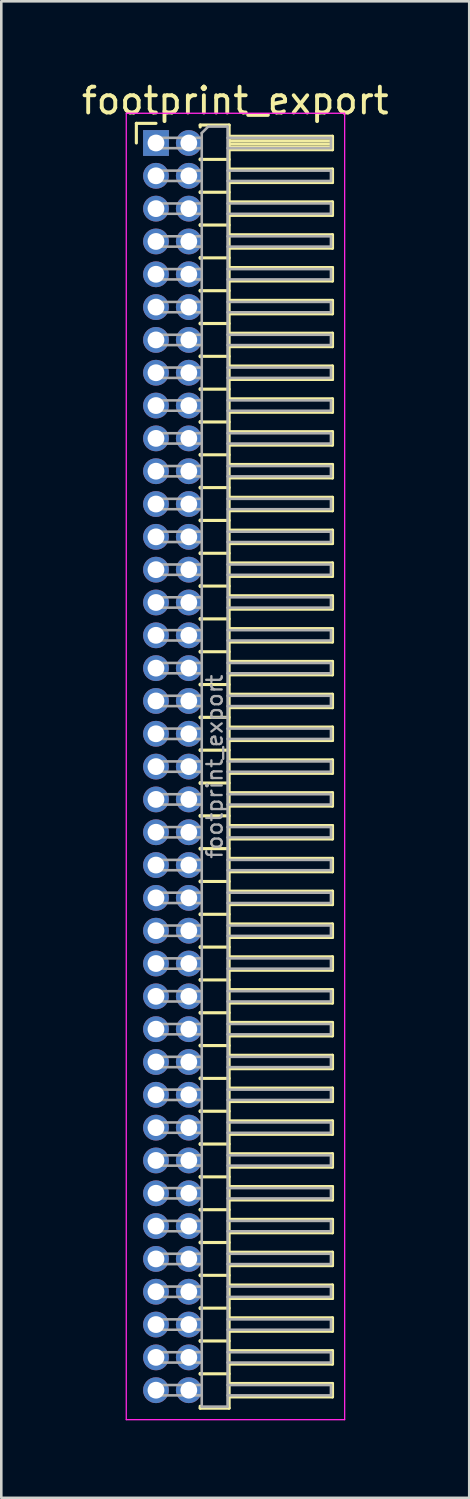
<source format=kicad_pcb>
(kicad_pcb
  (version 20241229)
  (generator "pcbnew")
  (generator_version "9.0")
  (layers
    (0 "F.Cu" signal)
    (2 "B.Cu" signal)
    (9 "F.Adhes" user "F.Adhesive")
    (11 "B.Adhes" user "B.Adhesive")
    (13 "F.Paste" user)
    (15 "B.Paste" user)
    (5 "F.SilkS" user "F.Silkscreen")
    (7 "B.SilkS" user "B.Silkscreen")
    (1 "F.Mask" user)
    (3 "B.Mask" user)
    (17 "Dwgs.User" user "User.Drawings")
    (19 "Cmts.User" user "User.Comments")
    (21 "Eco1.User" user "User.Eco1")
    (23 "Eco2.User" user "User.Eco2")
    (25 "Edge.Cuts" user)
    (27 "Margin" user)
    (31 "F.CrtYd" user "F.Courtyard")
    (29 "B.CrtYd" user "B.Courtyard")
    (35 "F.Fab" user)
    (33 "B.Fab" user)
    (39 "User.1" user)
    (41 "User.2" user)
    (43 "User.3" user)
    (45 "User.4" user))
  (footprint "footprint_export"
    (layer "F.Cu")
    (at 2.986 2.483)
    (property "Reference" "footprint_export" (at 3.067 -1.635 0) (layer "F.SilkS") (effects (font (size 1 1) (thickness 0.15))))
    (attr through_hole)
    (fp_line (start -0.76 -0.76) (end 0 -0.76) (stroke (width 0.12) (type solid)) (layer "F.SilkS"))
    (fp_line (start -0.76 0) (end -0.76 -0.76) (stroke (width 0.12) (type solid)) (layer "F.SilkS"))
    (fp_line (start 1.71 -0.695) (end 2.83 -0.695) (stroke (width 0.12) (type solid)) (layer "F.SilkS"))
    (fp_line (start 1.71 -0.62) (end 1.71 -0.695) (stroke (width 0.12) (type solid)) (layer "F.SilkS"))
    (fp_line (start 1.71 0.62) (end 1.71 0.65) (stroke (width 0.12) (type solid)) (layer "F.SilkS"))
    (fp_line (start 1.71 0.635) (end 2.83 0.635) (stroke (width 0.12) (type solid)) (layer "F.SilkS"))
    (fp_line (start 1.71 1.89) (end 1.71 1.92) (stroke (width 0.12) (type solid)) (layer "F.SilkS"))
    (fp_line (start 1.71 1.905) (end 2.83 1.905) (stroke (width 0.12) (type solid)) (layer "F.SilkS"))
    (fp_line (start 1.71 3.16) (end 1.71 3.19) (stroke (width 0.12) (type solid)) (layer "F.SilkS"))
    (fp_line (start 1.71 3.175) (end 2.83 3.175) (stroke (width 0.12) (type solid)) (layer "F.SilkS"))
    (fp_line (start 1.71 4.43) (end 1.71 4.46) (stroke (width 0.12) (type solid)) (layer "F.SilkS"))
    (fp_line (start 1.71 4.445) (end 2.83 4.445) (stroke (width 0.12) (type solid)) (layer "F.SilkS"))
    (fp_line (start 1.71 5.7) (end 1.71 5.73) (stroke (width 0.12) (type solid)) (layer "F.SilkS"))
    (fp_line (start 1.71 5.715) (end 2.83 5.715) (stroke (width 0.12) (type solid)) (layer "F.SilkS"))
    (fp_line (start 1.71 6.97) (end 1.71 7) (stroke (width 0.12) (type solid)) (layer "F.SilkS"))
    (fp_line (start 1.71 6.985) (end 2.83 6.985) (stroke (width 0.12) (type solid)) (layer "F.SilkS"))
    (fp_line (start 1.71 8.24) (end 1.71 8.27) (stroke (width 0.12) (type solid)) (layer "F.SilkS"))
    (fp_line (start 1.71 8.255) (end 2.83 8.255) (stroke (width 0.12) (type solid)) (layer "F.SilkS"))
    (fp_line (start 1.71 9.51) (end 1.71 9.54) (stroke (width 0.12) (type solid)) (layer "F.SilkS"))
    (fp_line (start 1.71 9.525) (end 2.83 9.525) (stroke (width 0.12) (type solid)) (layer "F.SilkS"))
    (fp_line (start 1.71 10.78) (end 1.71 10.81) (stroke (width 0.12) (type solid)) (layer "F.SilkS"))
    (fp_line (start 1.71 10.795) (end 2.83 10.795) (stroke (width 0.12) (type solid)) (layer "F.SilkS"))
    (fp_line (start 1.71 12.05) (end 1.71 12.08) (stroke (width 0.12) (type solid)) (layer "F.SilkS"))
    (fp_line (start 1.71 12.065) (end 2.83 12.065) (stroke (width 0.12) (type solid)) (layer "F.SilkS"))
    (fp_line (start 1.71 13.32) (end 1.71 13.35) (stroke (width 0.12) (type solid)) (layer "F.SilkS"))
    (fp_line (start 1.71 13.335) (end 2.83 13.335) (stroke (width 0.12) (type solid)) (layer "F.SilkS"))
    (fp_line (start 1.71 14.59) (end 1.71 14.62) (stroke (width 0.12) (type solid)) (layer "F.SilkS"))
    (fp_line (start 1.71 14.605) (end 2.83 14.605) (stroke (width 0.12) (type solid)) (layer "F.SilkS"))
    (fp_line (start 1.71 15.86) (end 1.71 15.89) (stroke (width 0.12) (type solid)) (layer "F.SilkS"))
    (fp_line (start 1.71 15.875) (end 2.83 15.875) (stroke (width 0.12) (type solid)) (layer "F.SilkS"))
    (fp_line (start 1.71 17.13) (end 1.71 17.16) (stroke (width 0.12) (type solid)) (layer "F.SilkS"))
    (fp_line (start 1.71 17.145) (end 2.83 17.145) (stroke (width 0.12) (type solid)) (layer "F.SilkS"))
    (fp_line (start 1.71 18.4) (end 1.71 18.43) (stroke (width 0.12) (type solid)) (layer "F.SilkS"))
    (fp_line (start 1.71 18.415) (end 2.83 18.415) (stroke (width 0.12) (type solid)) (layer "F.SilkS"))
    (fp_line (start 1.71 19.67) (end 1.71 19.7) (stroke (width 0.12) (type solid)) (layer "F.SilkS"))
    (fp_line (start 1.71 19.685) (end 2.83 19.685) (stroke (width 0.12) (type solid)) (layer "F.SilkS"))
    (fp_line (start 1.71 20.94) (end 1.71 20.97) (stroke (width 0.12) (type solid)) (layer "F.SilkS"))
    (fp_line (start 1.71 20.955) (end 2.83 20.955) (stroke (width 0.12) (type solid)) (layer "F.SilkS"))
    (fp_line (start 1.71 22.21) (end 1.71 22.24) (stroke (width 0.12) (type solid)) (layer "F.SilkS"))
    (fp_line (start 1.71 22.225) (end 2.83 22.225) (stroke (width 0.12) (type solid)) (layer "F.SilkS"))
    (fp_line (start 1.71 23.48) (end 1.71 23.51) (stroke (width 0.12) (type solid)) (layer "F.SilkS"))
    (fp_line (start 1.71 23.495) (end 2.83 23.495) (stroke (width 0.12) (type solid)) (layer "F.SilkS"))
    (fp_line (start 1.71 24.75) (end 1.71 24.78) (stroke (width 0.12) (type solid)) (layer "F.SilkS"))
    (fp_line (start 1.71 24.765) (end 2.83 24.765) (stroke (width 0.12) (type solid)) (layer "F.SilkS"))
    (fp_line (start 1.71 26.02) (end 1.71 26.05) (stroke (width 0.12) (type solid)) (layer "F.SilkS"))
    (fp_line (start 1.71 26.035) (end 2.83 26.035) (stroke (width 0.12) (type solid)) (layer "F.SilkS"))
    (fp_line (start 1.71 27.29) (end 1.71 27.32) (stroke (width 0.12) (type solid)) (layer "F.SilkS"))
    (fp_line (start 1.71 27.305) (end 2.83 27.305) (stroke (width 0.12) (type solid)) (layer "F.SilkS"))
    (fp_line (start 1.71 28.56) (end 1.71 28.59) (stroke (width 0.12) (type solid)) (layer "F.SilkS"))
    (fp_line (start 1.71 28.575) (end 2.83 28.575) (stroke (width 0.12) (type solid)) (layer "F.SilkS"))
    (fp_line (start 1.71 29.83) (end 1.71 29.86) (stroke (width 0.12) (type solid)) (layer "F.SilkS"))
    (fp_line (start 1.71 29.845) (end 2.83 29.845) (stroke (width 0.12) (type solid)) (layer "F.SilkS"))
    (fp_line (start 1.71 31.1) (end 1.71 31.13) (stroke (width 0.12) (type solid)) (layer "F.SilkS"))
    (fp_line (start 1.71 31.115) (end 2.83 31.115) (stroke (width 0.12) (type solid)) (layer "F.SilkS"))
    (fp_line (start 1.71 32.37) (end 1.71 32.4) (stroke (width 0.12) (type solid)) (layer "F.SilkS"))
    (fp_line (start 1.71 32.385) (end 2.83 32.385) (stroke (width 0.12) (type solid)) (layer "F.SilkS"))
    (fp_line (start 1.71 33.64) (end 1.71 33.67) (stroke (width 0.12) (type solid)) (layer "F.SilkS"))
    (fp_line (start 1.71 33.655) (end 2.83 33.655) (stroke (width 0.12) (type solid)) (layer "F.SilkS"))
    (fp_line (start 1.71 34.91) (end 1.71 34.94) (stroke (width 0.12) (type solid)) (layer "F.SilkS"))
    (fp_line (start 1.71 34.925) (end 2.83 34.925) (stroke (width 0.12) (type solid)) (layer "F.SilkS"))
    (fp_line (start 1.71 36.18) (end 1.71 36.21) (stroke (width 0.12) (type solid)) (layer "F.SilkS"))
    (fp_line (start 1.71 36.195) (end 2.83 36.195) (stroke (width 0.12) (type solid)) (layer "F.SilkS"))
    (fp_line (start 1.71 37.45) (end 1.71 37.48) (stroke (width 0.12) (type solid)) (layer "F.SilkS"))
    (fp_line (start 1.71 37.465) (end 2.83 37.465) (stroke (width 0.12) (type solid)) (layer "F.SilkS"))
    (fp_line (start 1.71 38.72) (end 1.71 38.75) (stroke (width 0.12) (type solid)) (layer "F.SilkS"))
    (fp_line (start 1.71 38.735) (end 2.83 38.735) (stroke (width 0.12) (type solid)) (layer "F.SilkS"))
    (fp_line (start 1.71 39.99) (end 1.71 40.02) (stroke (width 0.12) (type solid)) (layer "F.SilkS"))
    (fp_line (start 1.71 40.005) (end 2.83 40.005) (stroke (width 0.12) (type solid)) (layer "F.SilkS"))
    (fp_line (start 1.71 41.26) (end 1.71 41.29) (stroke (width 0.12) (type solid)) (layer "F.SilkS"))
    (fp_line (start 1.71 41.275) (end 2.83 41.275) (stroke (width 0.12) (type solid)) (layer "F.SilkS"))
    (fp_line (start 1.71 42.53) (end 1.71 42.56) (stroke (width 0.12) (type solid)) (layer "F.SilkS"))
    (fp_line (start 1.71 42.545) (end 2.83 42.545) (stroke (width 0.12) (type solid)) (layer "F.SilkS"))
    (fp_line (start 1.71 43.8) (end 1.71 43.83) (stroke (width 0.12) (type solid)) (layer "F.SilkS"))
    (fp_line (start 1.71 43.815) (end 2.83 43.815) (stroke (width 0.12) (type solid)) (layer "F.SilkS"))
    (fp_line (start 1.71 45.07) (end 1.71 45.1) (stroke (width 0.12) (type solid)) (layer "F.SilkS"))
    (fp_line (start 1.71 45.085) (end 2.83 45.085) (stroke (width 0.12) (type solid)) (layer "F.SilkS"))
    (fp_line (start 1.71 46.34) (end 1.71 46.37) (stroke (width 0.12) (type solid)) (layer "F.SilkS"))
    (fp_line (start 1.71 46.355) (end 2.83 46.355) (stroke (width 0.12) (type solid)) (layer "F.SilkS"))
    (fp_line (start 1.71 47.61) (end 1.71 47.64) (stroke (width 0.12) (type solid)) (layer "F.SilkS"))
    (fp_line (start 1.71 47.625) (end 2.83 47.625) (stroke (width 0.12) (type solid)) (layer "F.SilkS"))
    (fp_line (start 1.71 48.955) (end 1.71 48.88) (stroke (width 0.12) (type solid)) (layer "F.SilkS"))
    (fp_line (start 2.83 -0.695) (end 2.83 48.955) (stroke (width 0.12) (type solid)) (layer "F.SilkS"))
    (fp_line (start 2.83 -0.26) (end 6.83 -0.26) (stroke (width 0.12) (type solid)) (layer "F.SilkS"))
    (fp_line (start 2.83 -0.2) (end 6.83 -0.2) (stroke (width 0.12) (type solid)) (layer "F.SilkS"))
    (fp_line (start 2.83 -0.08) (end 6.83 -0.08) (stroke (width 0.12) (type solid)) (layer "F.SilkS"))
    (fp_line (start 2.83 0.04) (end 6.83 0.04) (stroke (width 0.12) (type solid)) (layer "F.SilkS"))
    (fp_line (start 2.83 0.16) (end 6.83 0.16) (stroke (width 0.12) (type solid)) (layer "F.SilkS"))
    (fp_line (start 2.83 1.01) (end 6.83 1.01) (stroke (width 0.12) (type solid)) (layer "F.SilkS"))
    (fp_line (start 2.83 2.28) (end 6.83 2.28) (stroke (width 0.12) (type solid)) (layer "F.SilkS"))
    (fp_line (start 2.83 3.55) (end 6.83 3.55) (stroke (width 0.12) (type solid)) (layer "F.SilkS"))
    (fp_line (start 2.83 4.82) (end 6.83 4.82) (stroke (width 0.12) (type solid)) (layer "F.SilkS"))
    (fp_line (start 2.83 6.09) (end 6.83 6.09) (stroke (width 0.12) (type solid)) (layer "F.SilkS"))
    (fp_line (start 2.83 7.36) (end 6.83 7.36) (stroke (width 0.12) (type solid)) (layer "F.SilkS"))
    (fp_line (start 2.83 8.63) (end 6.83 8.63) (stroke (width 0.12) (type solid)) (layer "F.SilkS"))
    (fp_line (start 2.83 9.9) (end 6.83 9.9) (stroke (width 0.12) (type solid)) (layer "F.SilkS"))
    (fp_line (start 2.83 11.17) (end 6.83 11.17) (stroke (width 0.12) (type solid)) (layer "F.SilkS"))
    (fp_line (start 2.83 12.44) (end 6.83 12.44) (stroke (width 0.12) (type solid)) (layer "F.SilkS"))
    (fp_line (start 2.83 13.71) (end 6.83 13.71) (stroke (width 0.12) (type solid)) (layer "F.SilkS"))
    (fp_line (start 2.83 14.98) (end 6.83 14.98) (stroke (width 0.12) (type solid)) (layer "F.SilkS"))
    (fp_line (start 2.83 16.25) (end 6.83 16.25) (stroke (width 0.12) (type solid)) (layer "F.SilkS"))
    (fp_line (start 2.83 17.52) (end 6.83 17.52) (stroke (width 0.12) (type solid)) (layer "F.SilkS"))
    (fp_line (start 2.83 18.79) (end 6.83 18.79) (stroke (width 0.12) (type solid)) (layer "F.SilkS"))
    (fp_line (start 2.83 20.06) (end 6.83 20.06) (stroke (width 0.12) (type solid)) (layer "F.SilkS"))
    (fp_line (start 2.83 21.33) (end 6.83 21.33) (stroke (width 0.12) (type solid)) (layer "F.SilkS"))
    (fp_line (start 2.83 22.6) (end 6.83 22.6) (stroke (width 0.12) (type solid)) (layer "F.SilkS"))
    (fp_line (start 2.83 23.87) (end 6.83 23.87) (stroke (width 0.12) (type solid)) (layer "F.SilkS"))
    (fp_line (start 2.83 25.14) (end 6.83 25.14) (stroke (width 0.12) (type solid)) (layer "F.SilkS"))
    (fp_line (start 2.83 26.41) (end 6.83 26.41) (stroke (width 0.12) (type solid)) (layer "F.SilkS"))
    (fp_line (start 2.83 27.68) (end 6.83 27.68) (stroke (width 0.12) (type solid)) (layer "F.SilkS"))
    (fp_line (start 2.83 28.95) (end 6.83 28.95) (stroke (width 0.12) (type solid)) (layer "F.SilkS"))
    (fp_line (start 2.83 30.22) (end 6.83 30.22) (stroke (width 0.12) (type solid)) (layer "F.SilkS"))
    (fp_line (start 2.83 31.49) (end 6.83 31.49) (stroke (width 0.12) (type solid)) (layer "F.SilkS"))
    (fp_line (start 2.83 32.76) (end 6.83 32.76) (stroke (width 0.12) (type solid)) (layer "F.SilkS"))
    (fp_line (start 2.83 34.03) (end 6.83 34.03) (stroke (width 0.12) (type solid)) (layer "F.SilkS"))
    (fp_line (start 2.83 35.3) (end 6.83 35.3) (stroke (width 0.12) (type solid)) (layer "F.SilkS"))
    (fp_line (start 2.83 36.57) (end 6.83 36.57) (stroke (width 0.12) (type solid)) (layer "F.SilkS"))
    (fp_line (start 2.83 37.84) (end 6.83 37.84) (stroke (width 0.12) (type solid)) (layer "F.SilkS"))
    (fp_line (start 2.83 39.11) (end 6.83 39.11) (stroke (width 0.12) (type solid)) (layer "F.SilkS"))
    (fp_line (start 2.83 40.38) (end 6.83 40.38) (stroke (width 0.12) (type solid)) (layer "F.SilkS"))
    (fp_line (start 2.83 41.65) (end 6.83 41.65) (stroke (width 0.12) (type solid)) (layer "F.SilkS"))
    (fp_line (start 2.83 42.92) (end 6.83 42.92) (stroke (width 0.12) (type solid)) (layer "F.SilkS"))
    (fp_line (start 2.83 44.19) (end 6.83 44.19) (stroke (width 0.12) (type solid)) (layer "F.SilkS"))
    (fp_line (start 2.83 45.46) (end 6.83 45.46) (stroke (width 0.12) (type solid)) (layer "F.SilkS"))
    (fp_line (start 2.83 46.73) (end 6.83 46.73) (stroke (width 0.12) (type solid)) (layer "F.SilkS"))
    (fp_line (start 2.83 48) (end 6.83 48) (stroke (width 0.12) (type solid)) (layer "F.SilkS"))
    (fp_line (start 2.83 48.955) (end 1.71 48.955) (stroke (width 0.12) (type solid)) (layer "F.SilkS"))
    (fp_line (start 6.83 -0.26) (end 6.83 0.26) (stroke (width 0.12) (type solid)) (layer "F.SilkS"))
    (fp_line (start 6.83 0.26) (end 2.83 0.26) (stroke (width 0.12) (type solid)) (layer "F.SilkS"))
    (fp_line (start 6.83 1.01) (end 6.83 1.53) (stroke (width 0.12) (type solid)) (layer "F.SilkS"))
    (fp_line (start 6.83 1.53) (end 2.83 1.53) (stroke (width 0.12) (type solid)) (layer "F.SilkS"))
    (fp_line (start 6.83 2.28) (end 6.83 2.8) (stroke (width 0.12) (type solid)) (layer "F.SilkS"))
    (fp_line (start 6.83 2.8) (end 2.83 2.8) (stroke (width 0.12) (type solid)) (layer "F.SilkS"))
    (fp_line (start 6.83 3.55) (end 6.83 4.07) (stroke (width 0.12) (type solid)) (layer "F.SilkS"))
    (fp_line (start 6.83 4.07) (end 2.83 4.07) (stroke (width 0.12) (type solid)) (layer "F.SilkS"))
    (fp_line (start 6.83 4.82) (end 6.83 5.34) (stroke (width 0.12) (type solid)) (layer "F.SilkS"))
    (fp_line (start 6.83 5.34) (end 2.83 5.34) (stroke (width 0.12) (type solid)) (layer "F.SilkS"))
    (fp_line (start 6.83 6.09) (end 6.83 6.61) (stroke (width 0.12) (type solid)) (layer "F.SilkS"))
    (fp_line (start 6.83 6.61) (end 2.83 6.61) (stroke (width 0.12) (type solid)) (layer "F.SilkS"))
    (fp_line (start 6.83 7.36) (end 6.83 7.88) (stroke (width 0.12) (type solid)) (layer "F.SilkS"))
    (fp_line (start 6.83 7.88) (end 2.83 7.88) (stroke (width 0.12) (type solid)) (layer "F.SilkS"))
    (fp_line (start 6.83 8.63) (end 6.83 9.15) (stroke (width 0.12) (type solid)) (layer "F.SilkS"))
    (fp_line (start 6.83 9.15) (end 2.83 9.15) (stroke (width 0.12) (type solid)) (layer "F.SilkS"))
    (fp_line (start 6.83 9.9) (end 6.83 10.42) (stroke (width 0.12) (type solid)) (layer "F.SilkS"))
    (fp_line (start 6.83 10.42) (end 2.83 10.42) (stroke (width 0.12) (type solid)) (layer "F.SilkS"))
    (fp_line (start 6.83 11.17) (end 6.83 11.69) (stroke (width 0.12) (type solid)) (layer "F.SilkS"))
    (fp_line (start 6.83 11.69) (end 2.83 11.69) (stroke (width 0.12) (type solid)) (layer "F.SilkS"))
    (fp_line (start 6.83 12.44) (end 6.83 12.96) (stroke (width 0.12) (type solid)) (layer "F.SilkS"))
    (fp_line (start 6.83 12.96) (end 2.83 12.96) (stroke (width 0.12) (type solid)) (layer "F.SilkS"))
    (fp_line (start 6.83 13.71) (end 6.83 14.23) (stroke (width 0.12) (type solid)) (layer "F.SilkS"))
    (fp_line (start 6.83 14.23) (end 2.83 14.23) (stroke (width 0.12) (type solid)) (layer "F.SilkS"))
    (fp_line (start 6.83 14.98) (end 6.83 15.5) (stroke (width 0.12) (type solid)) (layer "F.SilkS"))
    (fp_line (start 6.83 15.5) (end 2.83 15.5) (stroke (width 0.12) (type solid)) (layer "F.SilkS"))
    (fp_line (start 6.83 16.25) (end 6.83 16.77) (stroke (width 0.12) (type solid)) (layer "F.SilkS"))
    (fp_line (start 6.83 16.77) (end 2.83 16.77) (stroke (width 0.12) (type solid)) (layer "F.SilkS"))
    (fp_line (start 6.83 17.52) (end 6.83 18.04) (stroke (width 0.12) (type solid)) (layer "F.SilkS"))
    (fp_line (start 6.83 18.04) (end 2.83 18.04) (stroke (width 0.12) (type solid)) (layer "F.SilkS"))
    (fp_line (start 6.83 18.79) (end 6.83 19.31) (stroke (width 0.12) (type solid)) (layer "F.SilkS"))
    (fp_line (start 6.83 19.31) (end 2.83 19.31) (stroke (width 0.12) (type solid)) (layer "F.SilkS"))
    (fp_line (start 6.83 20.06) (end 6.83 20.58) (stroke (width 0.12) (type solid)) (layer "F.SilkS"))
    (fp_line (start 6.83 20.58) (end 2.83 20.58) (stroke (width 0.12) (type solid)) (layer "F.SilkS"))
    (fp_line (start 6.83 21.33) (end 6.83 21.85) (stroke (width 0.12) (type solid)) (layer "F.SilkS"))
    (fp_line (start 6.83 21.85) (end 2.83 21.85) (stroke (width 0.12) (type solid)) (layer "F.SilkS"))
    (fp_line (start 6.83 22.6) (end 6.83 23.12) (stroke (width 0.12) (type solid)) (layer "F.SilkS"))
    (fp_line (start 6.83 23.12) (end 2.83 23.12) (stroke (width 0.12) (type solid)) (layer "F.SilkS"))
    (fp_line (start 6.83 23.87) (end 6.83 24.39) (stroke (width 0.12) (type solid)) (layer "F.SilkS"))
    (fp_line (start 6.83 24.39) (end 2.83 24.39) (stroke (width 0.12) (type solid)) (layer "F.SilkS"))
    (fp_line (start 6.83 25.14) (end 6.83 25.66) (stroke (width 0.12) (type solid)) (layer "F.SilkS"))
    (fp_line (start 6.83 25.66) (end 2.83 25.66) (stroke (width 0.12) (type solid)) (layer "F.SilkS"))
    (fp_line (start 6.83 26.41) (end 6.83 26.93) (stroke (width 0.12) (type solid)) (layer "F.SilkS"))
    (fp_line (start 6.83 26.93) (end 2.83 26.93) (stroke (width 0.12) (type solid)) (layer "F.SilkS"))
    (fp_line (start 6.83 27.68) (end 6.83 28.2) (stroke (width 0.12) (type solid)) (layer "F.SilkS"))
    (fp_line (start 6.83 28.2) (end 2.83 28.2) (stroke (width 0.12) (type solid)) (layer "F.SilkS"))
    (fp_line (start 6.83 28.95) (end 6.83 29.47) (stroke (width 0.12) (type solid)) (layer "F.SilkS"))
    (fp_line (start 6.83 29.47) (end 2.83 29.47) (stroke (width 0.12) (type solid)) (layer "F.SilkS"))
    (fp_line (start 6.83 30.22) (end 6.83 30.74) (stroke (width 0.12) (type solid)) (layer "F.SilkS"))
    (fp_line (start 6.83 30.74) (end 2.83 30.74) (stroke (width 0.12) (type solid)) (layer "F.SilkS"))
    (fp_line (start 6.83 31.49) (end 6.83 32.01) (stroke (width 0.12) (type solid)) (layer "F.SilkS"))
    (fp_line (start 6.83 32.01) (end 2.83 32.01) (stroke (width 0.12) (type solid)) (layer "F.SilkS"))
    (fp_line (start 6.83 32.76) (end 6.83 33.28) (stroke (width 0.12) (type solid)) (layer "F.SilkS"))
    (fp_line (start 6.83 33.28) (end 2.83 33.28) (stroke (width 0.12) (type solid)) (layer "F.SilkS"))
    (fp_line (start 6.83 34.03) (end 6.83 34.55) (stroke (width 0.12) (type solid)) (layer "F.SilkS"))
    (fp_line (start 6.83 34.55) (end 2.83 34.55) (stroke (width 0.12) (type solid)) (layer "F.SilkS"))
    (fp_line (start 6.83 35.3) (end 6.83 35.82) (stroke (width 0.12) (type solid)) (layer "F.SilkS"))
    (fp_line (start 6.83 35.82) (end 2.83 35.82) (stroke (width 0.12) (type solid)) (layer "F.SilkS"))
    (fp_line (start 6.83 36.57) (end 6.83 37.09) (stroke (width 0.12) (type solid)) (layer "F.SilkS"))
    (fp_line (start 6.83 37.09) (end 2.83 37.09) (stroke (width 0.12) (type solid)) (layer "F.SilkS"))
    (fp_line (start 6.83 37.84) (end 6.83 38.36) (stroke (width 0.12) (type solid)) (layer "F.SilkS"))
    (fp_line (start 6.83 38.36) (end 2.83 38.36) (stroke (width 0.12) (type solid)) (layer "F.SilkS"))
    (fp_line (start 6.83 39.11) (end 6.83 39.63) (stroke (width 0.12) (type solid)) (layer "F.SilkS"))
    (fp_line (start 6.83 39.63) (end 2.83 39.63) (stroke (width 0.12) (type solid)) (layer "F.SilkS"))
    (fp_line (start 6.83 40.38) (end 6.83 40.9) (stroke (width 0.12) (type solid)) (layer "F.SilkS"))
    (fp_line (start 6.83 40.9) (end 2.83 40.9) (stroke (width 0.12) (type solid)) (layer "F.SilkS"))
    (fp_line (start 6.83 41.65) (end 6.83 42.17) (stroke (width 0.12) (type solid)) (layer "F.SilkS"))
    (fp_line (start 6.83 42.17) (end 2.83 42.17) (stroke (width 0.12) (type solid)) (layer "F.SilkS"))
    (fp_line (start 6.83 42.92) (end 6.83 43.44) (stroke (width 0.12) (type solid)) (layer "F.SilkS"))
    (fp_line (start 6.83 43.44) (end 2.83 43.44) (stroke (width 0.12) (type solid)) (layer "F.SilkS"))
    (fp_line (start 6.83 44.19) (end 6.83 44.71) (stroke (width 0.12) (type solid)) (layer "F.SilkS"))
    (fp_line (start 6.83 44.71) (end 2.83 44.71) (stroke (width 0.12) (type solid)) (layer "F.SilkS"))
    (fp_line (start 6.83 45.46) (end 6.83 45.98) (stroke (width 0.12) (type solid)) (layer "F.SilkS"))
    (fp_line (start 6.83 45.98) (end 2.83 45.98) (stroke (width 0.12) (type solid)) (layer "F.SilkS"))
    (fp_line (start 6.83 46.73) (end 6.83 47.25) (stroke (width 0.12) (type solid)) (layer "F.SilkS"))
    (fp_line (start 6.83 47.25) (end 2.83 47.25) (stroke (width 0.12) (type solid)) (layer "F.SilkS"))
    (fp_line (start 6.83 48) (end 6.83 48.52) (stroke (width 0.12) (type solid)) (layer "F.SilkS"))
    (fp_line (start 6.83 48.52) (end 2.83 48.52) (stroke (width 0.12) (type solid)) (layer "F.SilkS"))
    (fp_line (start -1.15 -1.15) (end -1.15 49.4) (stroke (width 0.05) (type solid)) (layer "F.CrtYd"))
    (fp_line (start -1.15 49.4) (end 7.3 49.4) (stroke (width 0.05) (type solid)) (layer "F.CrtYd"))
    (fp_line (start 7.3 -1.15) (end -1.15 -1.15) (stroke (width 0.05) (type solid)) (layer "F.CrtYd"))
    (fp_line (start 7.3 49.4) (end 7.3 -1.15) (stroke (width 0.05) (type solid)) (layer "F.CrtYd"))
    (fp_line (start -0.2 -0.2) (end -0.2 0.2) (stroke (width 0.1) (type solid)) (layer "F.Fab"))
    (fp_line (start -0.2 -0.2) (end 1.77 -0.2) (stroke (width 0.1) (type solid)) (layer "F.Fab"))
    (fp_line (start -0.2 0.2) (end 1.77 0.2) (stroke (width 0.1) (type solid)) (layer "F.Fab"))
    (fp_line (start -0.2 1.07) (end -0.2 1.47) (stroke (width 0.1) (type solid)) (layer "F.Fab"))
    (fp_line (start -0.2 1.07) (end 1.77 1.07) (stroke (width 0.1) (type solid)) (layer "F.Fab"))
    (fp_line (start -0.2 1.47) (end 1.77 1.47) (stroke (width 0.1) (type solid)) (layer "F.Fab"))
    (fp_line (start -0.2 2.34) (end -0.2 2.74) (stroke (width 0.1) (type solid)) (layer "F.Fab"))
    (fp_line (start -0.2 2.34) (end 1.77 2.34) (stroke (width 0.1) (type solid)) (layer "F.Fab"))
    (fp_line (start -0.2 2.74) (end 1.77 2.74) (stroke (width 0.1) (type solid)) (layer "F.Fab"))
    (fp_line (start -0.2 3.61) (end -0.2 4.01) (stroke (width 0.1) (type solid)) (layer "F.Fab"))
    (fp_line (start -0.2 3.61) (end 1.77 3.61) (stroke (width 0.1) (type solid)) (layer "F.Fab"))
    (fp_line (start -0.2 4.01) (end 1.77 4.01) (stroke (width 0.1) (type solid)) (layer "F.Fab"))
    (fp_line (start -0.2 4.88) (end -0.2 5.28) (stroke (width 0.1) (type solid)) (layer "F.Fab"))
    (fp_line (start -0.2 4.88) (end 1.77 4.88) (stroke (width 0.1) (type solid)) (layer "F.Fab"))
    (fp_line (start -0.2 5.28) (end 1.77 5.28) (stroke (width 0.1) (type solid)) (layer "F.Fab"))
    (fp_line (start -0.2 6.15) (end -0.2 6.55) (stroke (width 0.1) (type solid)) (layer "F.Fab"))
    (fp_line (start -0.2 6.15) (end 1.77 6.15) (stroke (width 0.1) (type solid)) (layer "F.Fab"))
    (fp_line (start -0.2 6.55) (end 1.77 6.55) (stroke (width 0.1) (type solid)) (layer "F.Fab"))
    (fp_line (start -0.2 7.42) (end -0.2 7.82) (stroke (width 0.1) (type solid)) (layer "F.Fab"))
    (fp_line (start -0.2 7.42) (end 1.77 7.42) (stroke (width 0.1) (type solid)) (layer "F.Fab"))
    (fp_line (start -0.2 7.82) (end 1.77 7.82) (stroke (width 0.1) (type solid)) (layer "F.Fab"))
    (fp_line (start -0.2 8.69) (end -0.2 9.09) (stroke (width 0.1) (type solid)) (layer "F.Fab"))
    (fp_line (start -0.2 8.69) (end 1.77 8.69) (stroke (width 0.1) (type solid)) (layer "F.Fab"))
    (fp_line (start -0.2 9.09) (end 1.77 9.09) (stroke (width 0.1) (type solid)) (layer "F.Fab"))
    (fp_line (start -0.2 9.96) (end -0.2 10.36) (stroke (width 0.1) (type solid)) (layer "F.Fab"))
    (fp_line (start -0.2 9.96) (end 1.77 9.96) (stroke (width 0.1) (type solid)) (layer "F.Fab"))
    (fp_line (start -0.2 10.36) (end 1.77 10.36) (stroke (width 0.1) (type solid)) (layer "F.Fab"))
    (fp_line (start -0.2 11.23) (end -0.2 11.63) (stroke (width 0.1) (type solid)) (layer "F.Fab"))
    (fp_line (start -0.2 11.23) (end 1.77 11.23) (stroke (width 0.1) (type solid)) (layer "F.Fab"))
    (fp_line (start -0.2 11.63) (end 1.77 11.63) (stroke (width 0.1) (type solid)) (layer "F.Fab"))
    (fp_line (start -0.2 12.5) (end -0.2 12.9) (stroke (width 0.1) (type solid)) (layer "F.Fab"))
    (fp_line (start -0.2 12.5) (end 1.77 12.5) (stroke (width 0.1) (type solid)) (layer "F.Fab"))
    (fp_line (start -0.2 12.9) (end 1.77 12.9) (stroke (width 0.1) (type solid)) (layer "F.Fab"))
    (fp_line (start -0.2 13.77) (end -0.2 14.17) (stroke (width 0.1) (type solid)) (layer "F.Fab"))
    (fp_line (start -0.2 13.77) (end 1.77 13.77) (stroke (width 0.1) (type solid)) (layer "F.Fab"))
    (fp_line (start -0.2 14.17) (end 1.77 14.17) (stroke (width 0.1) (type solid)) (layer "F.Fab"))
    (fp_line (start -0.2 15.04) (end -0.2 15.44) (stroke (width 0.1) (type solid)) (layer "F.Fab"))
    (fp_line (start -0.2 15.04) (end 1.77 15.04) (stroke (width 0.1) (type solid)) (layer "F.Fab"))
    (fp_line (start -0.2 15.44) (end 1.77 15.44) (stroke (width 0.1) (type solid)) (layer "F.Fab"))
    (fp_line (start -0.2 16.31) (end -0.2 16.71) (stroke (width 0.1) (type solid)) (layer "F.Fab"))
    (fp_line (start -0.2 16.31) (end 1.77 16.31) (stroke (width 0.1) (type solid)) (layer "F.Fab"))
    (fp_line (start -0.2 16.71) (end 1.77 16.71) (stroke (width 0.1) (type solid)) (layer "F.Fab"))
    (fp_line (start -0.2 17.58) (end -0.2 17.98) (stroke (width 0.1) (type solid)) (layer "F.Fab"))
    (fp_line (start -0.2 17.58) (end 1.77 17.58) (stroke (width 0.1) (type solid)) (layer "F.Fab"))
    (fp_line (start -0.2 17.98) (end 1.77 17.98) (stroke (width 0.1) (type solid)) (layer "F.Fab"))
    (fp_line (start -0.2 18.85) (end -0.2 19.25) (stroke (width 0.1) (type solid)) (layer "F.Fab"))
    (fp_line (start -0.2 18.85) (end 1.77 18.85) (stroke (width 0.1) (type solid)) (layer "F.Fab"))
    (fp_line (start -0.2 19.25) (end 1.77 19.25) (stroke (width 0.1) (type solid)) (layer "F.Fab"))
    (fp_line (start -0.2 20.12) (end -0.2 20.52) (stroke (width 0.1) (type solid)) (layer "F.Fab"))
    (fp_line (start -0.2 20.12) (end 1.77 20.12) (stroke (width 0.1) (type solid)) (layer "F.Fab"))
    (fp_line (start -0.2 20.52) (end 1.77 20.52) (stroke (width 0.1) (type solid)) (layer "F.Fab"))
    (fp_line (start -0.2 21.39) (end -0.2 21.79) (stroke (width 0.1) (type solid)) (layer "F.Fab"))
    (fp_line (start -0.2 21.39) (end 1.77 21.39) (stroke (width 0.1) (type solid)) (layer "F.Fab"))
    (fp_line (start -0.2 21.79) (end 1.77 21.79) (stroke (width 0.1) (type solid)) (layer "F.Fab"))
    (fp_line (start -0.2 22.66) (end -0.2 23.06) (stroke (width 0.1) (type solid)) (layer "F.Fab"))
    (fp_line (start -0.2 22.66) (end 1.77 22.66) (stroke (width 0.1) (type solid)) (layer "F.Fab"))
    (fp_line (start -0.2 23.06) (end 1.77 23.06) (stroke (width 0.1) (type solid)) (layer "F.Fab"))
    (fp_line (start -0.2 23.93) (end -0.2 24.33) (stroke (width 0.1) (type solid)) (layer "F.Fab"))
    (fp_line (start -0.2 23.93) (end 1.77 23.93) (stroke (width 0.1) (type solid)) (layer "F.Fab"))
    (fp_line (start -0.2 24.33) (end 1.77 24.33) (stroke (width 0.1) (type solid)) (layer "F.Fab"))
    (fp_line (start -0.2 25.2) (end -0.2 25.6) (stroke (width 0.1) (type solid)) (layer "F.Fab"))
    (fp_line (start -0.2 25.2) (end 1.77 25.2) (stroke (width 0.1) (type solid)) (layer "F.Fab"))
    (fp_line (start -0.2 25.6) (end 1.77 25.6) (stroke (width 0.1) (type solid)) (layer "F.Fab"))
    (fp_line (start -0.2 26.47) (end -0.2 26.87) (stroke (width 0.1) (type solid)) (layer "F.Fab"))
    (fp_line (start -0.2 26.47) (end 1.77 26.47) (stroke (width 0.1) (type solid)) (layer "F.Fab"))
    (fp_line (start -0.2 26.87) (end 1.77 26.87) (stroke (width 0.1) (type solid)) (layer "F.Fab"))
    (fp_line (start -0.2 27.74) (end -0.2 28.14) (stroke (width 0.1) (type solid)) (layer "F.Fab"))
    (fp_line (start -0.2 27.74) (end 1.77 27.74) (stroke (width 0.1) (type solid)) (layer "F.Fab"))
    (fp_line (start -0.2 28.14) (end 1.77 28.14) (stroke (width 0.1) (type solid)) (layer "F.Fab"))
    (fp_line (start -0.2 29.01) (end -0.2 29.41) (stroke (width 0.1) (type solid)) (layer "F.Fab"))
    (fp_line (start -0.2 29.01) (end 1.77 29.01) (stroke (width 0.1) (type solid)) (layer "F.Fab"))
    (fp_line (start -0.2 29.41) (end 1.77 29.41) (stroke (width 0.1) (type solid)) (layer "F.Fab"))
    (fp_line (start -0.2 30.28) (end -0.2 30.68) (stroke (width 0.1) (type solid)) (layer "F.Fab"))
    (fp_line (start -0.2 30.28) (end 1.77 30.28) (stroke (width 0.1) (type solid)) (layer "F.Fab"))
    (fp_line (start -0.2 30.68) (end 1.77 30.68) (stroke (width 0.1) (type solid)) (layer "F.Fab"))
    (fp_line (start -0.2 31.55) (end -0.2 31.95) (stroke (width 0.1) (type solid)) (layer "F.Fab"))
    (fp_line (start -0.2 31.55) (end 1.77 31.55) (stroke (width 0.1) (type solid)) (layer "F.Fab"))
    (fp_line (start -0.2 31.95) (end 1.77 31.95) (stroke (width 0.1) (type solid)) (layer "F.Fab"))
    (fp_line (start -0.2 32.82) (end -0.2 33.22) (stroke (width 0.1) (type solid)) (layer "F.Fab"))
    (fp_line (start -0.2 32.82) (end 1.77 32.82) (stroke (width 0.1) (type solid)) (layer "F.Fab"))
    (fp_line (start -0.2 33.22) (end 1.77 33.22) (stroke (width 0.1) (type solid)) (layer "F.Fab"))
    (fp_line (start -0.2 34.09) (end -0.2 34.49) (stroke (width 0.1) (type solid)) (layer "F.Fab"))
    (fp_line (start -0.2 34.09) (end 1.77 34.09) (stroke (width 0.1) (type solid)) (layer "F.Fab"))
    (fp_line (start -0.2 34.49) (end 1.77 34.49) (stroke (width 0.1) (type solid)) (layer "F.Fab"))
    (fp_line (start -0.2 35.36) (end -0.2 35.76) (stroke (width 0.1) (type solid)) (layer "F.Fab"))
    (fp_line (start -0.2 35.36) (end 1.77 35.36) (stroke (width 0.1) (type solid)) (layer "F.Fab"))
    (fp_line (start -0.2 35.76) (end 1.77 35.76) (stroke (width 0.1) (type solid)) (layer "F.Fab"))
    (fp_line (start -0.2 36.63) (end -0.2 37.03) (stroke (width 0.1) (type solid)) (layer "F.Fab"))
    (fp_line (start -0.2 36.63) (end 1.77 36.63) (stroke (width 0.1) (type solid)) (layer "F.Fab"))
    (fp_line (start -0.2 37.03) (end 1.77 37.03) (stroke (width 0.1) (type solid)) (layer "F.Fab"))
    (fp_line (start -0.2 37.9) (end -0.2 38.3) (stroke (width 0.1) (type solid)) (layer "F.Fab"))
    (fp_line (start -0.2 37.9) (end 1.77 37.9) (stroke (width 0.1) (type solid)) (layer "F.Fab"))
    (fp_line (start -0.2 38.3) (end 1.77 38.3) (stroke (width 0.1) (type solid)) (layer "F.Fab"))
    (fp_line (start -0.2 39.17) (end -0.2 39.57) (stroke (width 0.1) (type solid)) (layer "F.Fab"))
    (fp_line (start -0.2 39.17) (end 1.77 39.17) (stroke (width 0.1) (type solid)) (layer "F.Fab"))
    (fp_line (start -0.2 39.57) (end 1.77 39.57) (stroke (width 0.1) (type solid)) (layer "F.Fab"))
    (fp_line (start -0.2 40.44) (end -0.2 40.84) (stroke (width 0.1) (type solid)) (layer "F.Fab"))
    (fp_line (start -0.2 40.44) (end 1.77 40.44) (stroke (width 0.1) (type solid)) (layer "F.Fab"))
    (fp_line (start -0.2 40.84) (end 1.77 40.84) (stroke (width 0.1) (type solid)) (layer "F.Fab"))
    (fp_line (start -0.2 41.71) (end -0.2 42.11) (stroke (width 0.1) (type solid)) (layer "F.Fab"))
    (fp_line (start -0.2 41.71) (end 1.77 41.71) (stroke (width 0.1) (type solid)) (layer "F.Fab"))
    (fp_line (start -0.2 42.11) (end 1.77 42.11) (stroke (width 0.1) (type solid)) (layer "F.Fab"))
    (fp_line (start -0.2 42.98) (end -0.2 43.38) (stroke (width 0.1) (type solid)) (layer "F.Fab"))
    (fp_line (start -0.2 42.98) (end 1.77 42.98) (stroke (width 0.1) (type solid)) (layer "F.Fab"))
    (fp_line (start -0.2 43.38) (end 1.77 43.38) (stroke (width 0.1) (type solid)) (layer "F.Fab"))
    (fp_line (start -0.2 44.25) (end -0.2 44.65) (stroke (width 0.1) (type solid)) (layer "F.Fab"))
    (fp_line (start -0.2 44.25) (end 1.77 44.25) (stroke (width 0.1) (type solid)) (layer "F.Fab"))
    (fp_line (start -0.2 44.65) (end 1.77 44.65) (stroke (width 0.1) (type solid)) (layer "F.Fab"))
    (fp_line (start -0.2 45.52) (end -0.2 45.92) (stroke (width 0.1) (type solid)) (layer "F.Fab"))
    (fp_line (start -0.2 45.52) (end 1.77 45.52) (stroke (width 0.1) (type solid)) (layer "F.Fab"))
    (fp_line (start -0.2 45.92) (end 1.77 45.92) (stroke (width 0.1) (type solid)) (layer "F.Fab"))
    (fp_line (start -0.2 46.79) (end -0.2 47.19) (stroke (width 0.1) (type solid)) (layer "F.Fab"))
    (fp_line (start -0.2 46.79) (end 1.77 46.79) (stroke (width 0.1) (type solid)) (layer "F.Fab"))
    (fp_line (start -0.2 47.19) (end 1.77 47.19) (stroke (width 0.1) (type solid)) (layer "F.Fab"))
    (fp_line (start -0.2 48.06) (end -0.2 48.46) (stroke (width 0.1) (type solid)) (layer "F.Fab"))
    (fp_line (start -0.2 48.06) (end 1.77 48.06) (stroke (width 0.1) (type solid)) (layer "F.Fab"))
    (fp_line (start -0.2 48.46) (end 1.77 48.46) (stroke (width 0.1) (type solid)) (layer "F.Fab"))
    (fp_line (start 1.77 -0.385) (end 2.02 -0.635) (stroke (width 0.1) (type solid)) (layer "F.Fab"))
    (fp_line (start 1.77 48.895) (end 1.77 -0.385) (stroke (width 0.1) (type solid)) (layer "F.Fab"))
    (fp_line (start 2.02 -0.635) (end 2.77 -0.635) (stroke (width 0.1) (type solid)) (layer "F.Fab"))
    (fp_line (start 2.77 -0.635) (end 2.77 48.895) (stroke (width 0.1) (type solid)) (layer "F.Fab"))
    (fp_line (start 2.77 -0.2) (end 6.77 -0.2) (stroke (width 0.1) (type solid)) (layer "F.Fab"))
    (fp_line (start 2.77 0.2) (end 6.77 0.2) (stroke (width 0.1) (type solid)) (layer "F.Fab"))
    (fp_line (start 2.77 1.07) (end 6.77 1.07) (stroke (width 0.1) (type solid)) (layer "F.Fab"))
    (fp_line (start 2.77 1.47) (end 6.77 1.47) (stroke (width 0.1) (type solid)) (layer "F.Fab"))
    (fp_line (start 2.77 2.34) (end 6.77 2.34) (stroke (width 0.1) (type solid)) (layer "F.Fab"))
    (fp_line (start 2.77 2.74) (end 6.77 2.74) (stroke (width 0.1) (type solid)) (layer "F.Fab"))
    (fp_line (start 2.77 3.61) (end 6.77 3.61) (stroke (width 0.1) (type solid)) (layer "F.Fab"))
    (fp_line (start 2.77 4.01) (end 6.77 4.01) (stroke (width 0.1) (type solid)) (layer "F.Fab"))
    (fp_line (start 2.77 4.88) (end 6.77 4.88) (stroke (width 0.1) (type solid)) (layer "F.Fab"))
    (fp_line (start 2.77 5.28) (end 6.77 5.28) (stroke (width 0.1) (type solid)) (layer "F.Fab"))
    (fp_line (start 2.77 6.15) (end 6.77 6.15) (stroke (width 0.1) (type solid)) (layer "F.Fab"))
    (fp_line (start 2.77 6.55) (end 6.77 6.55) (stroke (width 0.1) (type solid)) (layer "F.Fab"))
    (fp_line (start 2.77 7.42) (end 6.77 7.42) (stroke (width 0.1) (type solid)) (layer "F.Fab"))
    (fp_line (start 2.77 7.82) (end 6.77 7.82) (stroke (width 0.1) (type solid)) (layer "F.Fab"))
    (fp_line (start 2.77 8.69) (end 6.77 8.69) (stroke (width 0.1) (type solid)) (layer "F.Fab"))
    (fp_line (start 2.77 9.09) (end 6.77 9.09) (stroke (width 0.1) (type solid)) (layer "F.Fab"))
    (fp_line (start 2.77 9.96) (end 6.77 9.96) (stroke (width 0.1) (type solid)) (layer "F.Fab"))
    (fp_line (start 2.77 10.36) (end 6.77 10.36) (stroke (width 0.1) (type solid)) (layer "F.Fab"))
    (fp_line (start 2.77 11.23) (end 6.77 11.23) (stroke (width 0.1) (type solid)) (layer "F.Fab"))
    (fp_line (start 2.77 11.63) (end 6.77 11.63) (stroke (width 0.1) (type solid)) (layer "F.Fab"))
    (fp_line (start 2.77 12.5) (end 6.77 12.5) (stroke (width 0.1) (type solid)) (layer "F.Fab"))
    (fp_line (start 2.77 12.9) (end 6.77 12.9) (stroke (width 0.1) (type solid)) (layer "F.Fab"))
    (fp_line (start 2.77 13.77) (end 6.77 13.77) (stroke (width 0.1) (type solid)) (layer "F.Fab"))
    (fp_line (start 2.77 14.17) (end 6.77 14.17) (stroke (width 0.1) (type solid)) (layer "F.Fab"))
    (fp_line (start 2.77 15.04) (end 6.77 15.04) (stroke (width 0.1) (type solid)) (layer "F.Fab"))
    (fp_line (start 2.77 15.44) (end 6.77 15.44) (stroke (width 0.1) (type solid)) (layer "F.Fab"))
    (fp_line (start 2.77 16.31) (end 6.77 16.31) (stroke (width 0.1) (type solid)) (layer "F.Fab"))
    (fp_line (start 2.77 16.71) (end 6.77 16.71) (stroke (width 0.1) (type solid)) (layer "F.Fab"))
    (fp_line (start 2.77 17.58) (end 6.77 17.58) (stroke (width 0.1) (type solid)) (layer "F.Fab"))
    (fp_line (start 2.77 17.98) (end 6.77 17.98) (stroke (width 0.1) (type solid)) (layer "F.Fab"))
    (fp_line (start 2.77 18.85) (end 6.77 18.85) (stroke (width 0.1) (type solid)) (layer "F.Fab"))
    (fp_line (start 2.77 19.25) (end 6.77 19.25) (stroke (width 0.1) (type solid)) (layer "F.Fab"))
    (fp_line (start 2.77 20.12) (end 6.77 20.12) (stroke (width 0.1) (type solid)) (layer "F.Fab"))
    (fp_line (start 2.77 20.52) (end 6.77 20.52) (stroke (width 0.1) (type solid)) (layer "F.Fab"))
    (fp_line (start 2.77 21.39) (end 6.77 21.39) (stroke (width 0.1) (type solid)) (layer "F.Fab"))
    (fp_line (start 2.77 21.79) (end 6.77 21.79) (stroke (width 0.1) (type solid)) (layer "F.Fab"))
    (fp_line (start 2.77 22.66) (end 6.77 22.66) (stroke (width 0.1) (type solid)) (layer "F.Fab"))
    (fp_line (start 2.77 23.06) (end 6.77 23.06) (stroke (width 0.1) (type solid)) (layer "F.Fab"))
    (fp_line (start 2.77 23.93) (end 6.77 23.93) (stroke (width 0.1) (type solid)) (layer "F.Fab"))
    (fp_line (start 2.77 24.33) (end 6.77 24.33) (stroke (width 0.1) (type solid)) (layer "F.Fab"))
    (fp_line (start 2.77 25.2) (end 6.77 25.2) (stroke (width 0.1) (type solid)) (layer "F.Fab"))
    (fp_line (start 2.77 25.6) (end 6.77 25.6) (stroke (width 0.1) (type solid)) (layer "F.Fab"))
    (fp_line (start 2.77 26.47) (end 6.77 26.47) (stroke (width 0.1) (type solid)) (layer "F.Fab"))
    (fp_line (start 2.77 26.87) (end 6.77 26.87) (stroke (width 0.1) (type solid)) (layer "F.Fab"))
    (fp_line (start 2.77 27.74) (end 6.77 27.74) (stroke (width 0.1) (type solid)) (layer "F.Fab"))
    (fp_line (start 2.77 28.14) (end 6.77 28.14) (stroke (width 0.1) (type solid)) (layer "F.Fab"))
    (fp_line (start 2.77 29.01) (end 6.77 29.01) (stroke (width 0.1) (type solid)) (layer "F.Fab"))
    (fp_line (start 2.77 29.41) (end 6.77 29.41) (stroke (width 0.1) (type solid)) (layer "F.Fab"))
    (fp_line (start 2.77 30.28) (end 6.77 30.28) (stroke (width 0.1) (type solid)) (layer "F.Fab"))
    (fp_line (start 2.77 30.68) (end 6.77 30.68) (stroke (width 0.1) (type solid)) (layer "F.Fab"))
    (fp_line (start 2.77 31.55) (end 6.77 31.55) (stroke (width 0.1) (type solid)) (layer "F.Fab"))
    (fp_line (start 2.77 31.95) (end 6.77 31.95) (stroke (width 0.1) (type solid)) (layer "F.Fab"))
    (fp_line (start 2.77 32.82) (end 6.77 32.82) (stroke (width 0.1) (type solid)) (layer "F.Fab"))
    (fp_line (start 2.77 33.22) (end 6.77 33.22) (stroke (width 0.1) (type solid)) (layer "F.Fab"))
    (fp_line (start 2.77 34.09) (end 6.77 34.09) (stroke (width 0.1) (type solid)) (layer "F.Fab"))
    (fp_line (start 2.77 34.49) (end 6.77 34.49) (stroke (width 0.1) (type solid)) (layer "F.Fab"))
    (fp_line (start 2.77 35.36) (end 6.77 35.36) (stroke (width 0.1) (type solid)) (layer "F.Fab"))
    (fp_line (start 2.77 35.76) (end 6.77 35.76) (stroke (width 0.1) (type solid)) (layer "F.Fab"))
    (fp_line (start 2.77 36.63) (end 6.77 36.63) (stroke (width 0.1) (type solid)) (layer "F.Fab"))
    (fp_line (start 2.77 37.03) (end 6.77 37.03) (stroke (width 0.1) (type solid)) (layer "F.Fab"))
    (fp_line (start 2.77 37.9) (end 6.77 37.9) (stroke (width 0.1) (type solid)) (layer "F.Fab"))
    (fp_line (start 2.77 38.3) (end 6.77 38.3) (stroke (width 0.1) (type solid)) (layer "F.Fab"))
    (fp_line (start 2.77 39.17) (end 6.77 39.17) (stroke (width 0.1) (type solid)) (layer "F.Fab"))
    (fp_line (start 2.77 39.57) (end 6.77 39.57) (stroke (width 0.1) (type solid)) (layer "F.Fab"))
    (fp_line (start 2.77 40.44) (end 6.77 40.44) (stroke (width 0.1) (type solid)) (layer "F.Fab"))
    (fp_line (start 2.77 40.84) (end 6.77 40.84) (stroke (width 0.1) (type solid)) (layer "F.Fab"))
    (fp_line (start 2.77 41.71) (end 6.77 41.71) (stroke (width 0.1) (type solid)) (layer "F.Fab"))
    (fp_line (start 2.77 42.11) (end 6.77 42.11) (stroke (width 0.1) (type solid)) (layer "F.Fab"))
    (fp_line (start 2.77 42.98) (end 6.77 42.98) (stroke (width 0.1) (type solid)) (layer "F.Fab"))
    (fp_line (start 2.77 43.38) (end 6.77 43.38) (stroke (width 0.1) (type solid)) (layer "F.Fab"))
    (fp_line (start 2.77 44.25) (end 6.77 44.25) (stroke (width 0.1) (type solid)) (layer "F.Fab"))
    (fp_line (start 2.77 44.65) (end 6.77 44.65) (stroke (width 0.1) (type solid)) (layer "F.Fab"))
    (fp_line (start 2.77 45.52) (end 6.77 45.52) (stroke (width 0.1) (type solid)) (layer "F.Fab"))
    (fp_line (start 2.77 45.92) (end 6.77 45.92) (stroke (width 0.1) (type solid)) (layer "F.Fab"))
    (fp_line (start 2.77 46.79) (end 6.77 46.79) (stroke (width 0.1) (type solid)) (layer "F.Fab"))
    (fp_line (start 2.77 47.19) (end 6.77 47.19) (stroke (width 0.1) (type solid)) (layer "F.Fab"))
    (fp_line (start 2.77 48.06) (end 6.77 48.06) (stroke (width 0.1) (type solid)) (layer "F.Fab"))
    (fp_line (start 2.77 48.46) (end 6.77 48.46) (stroke (width 0.1) (type solid)) (layer "F.Fab"))
    (fp_line (start 2.77 48.895) (end 1.77 48.895) (stroke (width 0.1) (type solid)) (layer "F.Fab"))
    (fp_line (start 6.77 -0.2) (end 6.77 0.2) (stroke (width 0.1) (type solid)) (layer "F.Fab"))
    (fp_line (start 6.77 1.07) (end 6.77 1.47) (stroke (width 0.1) (type solid)) (layer "F.Fab"))
    (fp_line (start 6.77 2.34) (end 6.77 2.74) (stroke (width 0.1) (type solid)) (layer "F.Fab"))
    (fp_line (start 6.77 3.61) (end 6.77 4.01) (stroke (width 0.1) (type solid)) (layer "F.Fab"))
    (fp_line (start 6.77 4.88) (end 6.77 5.28) (stroke (width 0.1) (type solid)) (layer "F.Fab"))
    (fp_line (start 6.77 6.15) (end 6.77 6.55) (stroke (width 0.1) (type solid)) (layer "F.Fab"))
    (fp_line (start 6.77 7.42) (end 6.77 7.82) (stroke (width 0.1) (type solid)) (layer "F.Fab"))
    (fp_line (start 6.77 8.69) (end 6.77 9.09) (stroke (width 0.1) (type solid)) (layer "F.Fab"))
    (fp_line (start 6.77 9.96) (end 6.77 10.36) (stroke (width 0.1) (type solid)) (layer "F.Fab"))
    (fp_line (start 6.77 11.23) (end 6.77 11.63) (stroke (width 0.1) (type solid)) (layer "F.Fab"))
    (fp_line (start 6.77 12.5) (end 6.77 12.9) (stroke (width 0.1) (type solid)) (layer "F.Fab"))
    (fp_line (start 6.77 13.77) (end 6.77 14.17) (stroke (width 0.1) (type solid)) (layer "F.Fab"))
    (fp_line (start 6.77 15.04) (end 6.77 15.44) (stroke (width 0.1) (type solid)) (layer "F.Fab"))
    (fp_line (start 6.77 16.31) (end 6.77 16.71) (stroke (width 0.1) (type solid)) (layer "F.Fab"))
    (fp_line (start 6.77 17.58) (end 6.77 17.98) (stroke (width 0.1) (type solid)) (layer "F.Fab"))
    (fp_line (start 6.77 18.85) (end 6.77 19.25) (stroke (width 0.1) (type solid)) (layer "F.Fab"))
    (fp_line (start 6.77 20.12) (end 6.77 20.52) (stroke (width 0.1) (type solid)) (layer "F.Fab"))
    (fp_line (start 6.77 21.39) (end 6.77 21.79) (stroke (width 0.1) (type solid)) (layer "F.Fab"))
    (fp_line (start 6.77 22.66) (end 6.77 23.06) (stroke (width 0.1) (type solid)) (layer "F.Fab"))
    (fp_line (start 6.77 23.93) (end 6.77 24.33) (stroke (width 0.1) (type solid)) (layer "F.Fab"))
    (fp_line (start 6.77 25.2) (end 6.77 25.6) (stroke (width 0.1) (type solid)) (layer "F.Fab"))
    (fp_line (start 6.77 26.47) (end 6.77 26.87) (stroke (width 0.1) (type solid)) (layer "F.Fab"))
    (fp_line (start 6.77 27.74) (end 6.77 28.14) (stroke (width 0.1) (type solid)) (layer "F.Fab"))
    (fp_line (start 6.77 29.01) (end 6.77 29.41) (stroke (width 0.1) (type solid)) (layer "F.Fab"))
    (fp_line (start 6.77 30.28) (end 6.77 30.68) (stroke (width 0.1) (type solid)) (layer "F.Fab"))
    (fp_line (start 6.77 31.55) (end 6.77 31.95) (stroke (width 0.1) (type solid)) (layer "F.Fab"))
    (fp_line (start 6.77 32.82) (end 6.77 33.22) (stroke (width 0.1) (type solid)) (layer "F.Fab"))
    (fp_line (start 6.77 34.09) (end 6.77 34.49) (stroke (width 0.1) (type solid)) (layer "F.Fab"))
    (fp_line (start 6.77 35.36) (end 6.77 35.76) (stroke (width 0.1) (type solid)) (layer "F.Fab"))
    (fp_line (start 6.77 36.63) (end 6.77 37.03) (stroke (width 0.1) (type solid)) (layer "F.Fab"))
    (fp_line (start 6.77 37.9) (end 6.77 38.3) (stroke (width 0.1) (type solid)) (layer "F.Fab"))
    (fp_line (start 6.77 39.17) (end 6.77 39.57) (stroke (width 0.1) (type solid)) (layer "F.Fab"))
    (fp_line (start 6.77 40.44) (end 6.77 40.84) (stroke (width 0.1) (type solid)) (layer "F.Fab"))
    (fp_line (start 6.77 41.71) (end 6.77 42.11) (stroke (width 0.1) (type solid)) (layer "F.Fab"))
    (fp_line (start 6.77 42.98) (end 6.77 43.38) (stroke (width 0.1) (type solid)) (layer "F.Fab"))
    (fp_line (start 6.77 44.25) (end 6.77 44.65) (stroke (width 0.1) (type solid)) (layer "F.Fab"))
    (fp_line (start 6.77 45.52) (end 6.77 45.92) (stroke (width 0.1) (type solid)) (layer "F.Fab"))
    (fp_line (start 6.77 46.79) (end 6.77 47.19) (stroke (width 0.1) (type solid)) (layer "F.Fab"))
    (fp_line (start 6.77 48.06) (end 6.77 48.46) (stroke (width 0.1) (type solid)) (layer "F.Fab"))
    (fp_text user "${REFERENCE}" (at 2.27 24.13 90) (layer "F.Fab") (effects (font (size 0.6 0.6) (thickness 0.09))))
    (pad "1" thru_hole rect (at 0 0) (size 1 1) (drill 0.65) (layers "*.Cu" "*.Mask"))
    (pad "2" thru_hole oval (at 1.27 0) (size 1 1) (drill 0.65) (layers "*.Cu" "*.Mask"))
    (pad "3" thru_hole oval (at 0 1.27) (size 1 1) (drill 0.65) (layers "*.Cu" "*.Mask"))
    (pad "4" thru_hole oval (at 1.27 1.27) (size 1 1) (drill 0.65) (layers "*.Cu" "*.Mask"))
    (pad "5" thru_hole oval (at 0 2.54) (size 1 1) (drill 0.65) (layers "*.Cu" "*.Mask"))
    (pad "6" thru_hole oval (at 1.27 2.54) (size 1 1) (drill 0.65) (layers "*.Cu" "*.Mask"))
    (pad "7" thru_hole oval (at 0 3.81) (size 1 1) (drill 0.65) (layers "*.Cu" "*.Mask"))
    (pad "8" thru_hole oval (at 1.27 3.81) (size 1 1) (drill 0.65) (layers "*.Cu" "*.Mask"))
    (pad "9" thru_hole oval (at 0 5.08) (size 1 1) (drill 0.65) (layers "*.Cu" "*.Mask"))
    (pad "10" thru_hole oval (at 1.27 5.08) (size 1 1) (drill 0.65) (layers "*.Cu" "*.Mask"))
    (pad "11" thru_hole oval (at 0 6.35) (size 1 1) (drill 0.65) (layers "*.Cu" "*.Mask"))
    (pad "12" thru_hole oval (at 1.27 6.35) (size 1 1) (drill 0.65) (layers "*.Cu" "*.Mask"))
    (pad "13" thru_hole oval (at 0 7.62) (size 1 1) (drill 0.65) (layers "*.Cu" "*.Mask"))
    (pad "14" thru_hole oval (at 1.27 7.62) (size 1 1) (drill 0.65) (layers "*.Cu" "*.Mask"))
    (pad "15" thru_hole oval (at 0 8.89) (size 1 1) (drill 0.65) (layers "*.Cu" "*.Mask"))
    (pad "16" thru_hole oval (at 1.27 8.89) (size 1 1) (drill 0.65) (layers "*.Cu" "*.Mask"))
    (pad "17" thru_hole oval (at 0 10.16) (size 1 1) (drill 0.65) (layers "*.Cu" "*.Mask"))
    (pad "18" thru_hole oval (at 1.27 10.16) (size 1 1) (drill 0.65) (layers "*.Cu" "*.Mask"))
    (pad "19" thru_hole oval (at 0 11.43) (size 1 1) (drill 0.65) (layers "*.Cu" "*.Mask"))
    (pad "20" thru_hole oval (at 1.27 11.43) (size 1 1) (drill 0.65) (layers "*.Cu" "*.Mask"))
    (pad "21" thru_hole oval (at 0 12.7) (size 1 1) (drill 0.65) (layers "*.Cu" "*.Mask"))
    (pad "22" thru_hole oval (at 1.27 12.7) (size 1 1) (drill 0.65) (layers "*.Cu" "*.Mask"))
    (pad "23" thru_hole oval (at 0 13.97) (size 1 1) (drill 0.65) (layers "*.Cu" "*.Mask"))
    (pad "24" thru_hole oval (at 1.27 13.97) (size 1 1) (drill 0.65) (layers "*.Cu" "*.Mask"))
    (pad "25" thru_hole oval (at 0 15.24) (size 1 1) (drill 0.65) (layers "*.Cu" "*.Mask"))
    (pad "26" thru_hole oval (at 1.27 15.24) (size 1 1) (drill 0.65) (layers "*.Cu" "*.Mask"))
    (pad "27" thru_hole oval (at 0 16.51) (size 1 1) (drill 0.65) (layers "*.Cu" "*.Mask"))
    (pad "28" thru_hole oval (at 1.27 16.51) (size 1 1) (drill 0.65) (layers "*.Cu" "*.Mask"))
    (pad "29" thru_hole oval (at 0 17.78) (size 1 1) (drill 0.65) (layers "*.Cu" "*.Mask"))
    (pad "30" thru_hole oval (at 1.27 17.78) (size 1 1) (drill 0.65) (layers "*.Cu" "*.Mask"))
    (pad "31" thru_hole oval (at 0 19.05) (size 1 1) (drill 0.65) (layers "*.Cu" "*.Mask"))
    (pad "32" thru_hole oval (at 1.27 19.05) (size 1 1) (drill 0.65) (layers "*.Cu" "*.Mask"))
    (pad "33" thru_hole oval (at 0 20.32) (size 1 1) (drill 0.65) (layers "*.Cu" "*.Mask"))
    (pad "34" thru_hole oval (at 1.27 20.32) (size 1 1) (drill 0.65) (layers "*.Cu" "*.Mask"))
    (pad "35" thru_hole oval (at 0 21.59) (size 1 1) (drill 0.65) (layers "*.Cu" "*.Mask"))
    (pad "36" thru_hole oval (at 1.27 21.59) (size 1 1) (drill 0.65) (layers "*.Cu" "*.Mask"))
    (pad "37" thru_hole oval (at 0 22.86) (size 1 1) (drill 0.65) (layers "*.Cu" "*.Mask"))
    (pad "38" thru_hole oval (at 1.27 22.86) (size 1 1) (drill 0.65) (layers "*.Cu" "*.Mask"))
    (pad "39" thru_hole oval (at 0 24.13) (size 1 1) (drill 0.65) (layers "*.Cu" "*.Mask"))
    (pad "40" thru_hole oval (at 1.27 24.13) (size 1 1) (drill 0.65) (layers "*.Cu" "*.Mask"))
    (pad "41" thru_hole oval (at 0 25.4) (size 1 1) (drill 0.65) (layers "*.Cu" "*.Mask"))
    (pad "42" thru_hole oval (at 1.27 25.4) (size 1 1) (drill 0.65) (layers "*.Cu" "*.Mask"))
    (pad "43" thru_hole oval (at 0 26.67) (size 1 1) (drill 0.65) (layers "*.Cu" "*.Mask"))
    (pad "44" thru_hole oval (at 1.27 26.67) (size 1 1) (drill 0.65) (layers "*.Cu" "*.Mask"))
    (pad "45" thru_hole oval (at 0 27.94) (size 1 1) (drill 0.65) (layers "*.Cu" "*.Mask"))
    (pad "46" thru_hole oval (at 1.27 27.94) (size 1 1) (drill 0.65) (layers "*.Cu" "*.Mask"))
    (pad "47" thru_hole oval (at 0 29.21) (size 1 1) (drill 0.65) (layers "*.Cu" "*.Mask"))
    (pad "48" thru_hole oval (at 1.27 29.21) (size 1 1) (drill 0.65) (layers "*.Cu" "*.Mask"))
    (pad "49" thru_hole oval (at 0 30.48) (size 1 1) (drill 0.65) (layers "*.Cu" "*.Mask"))
    (pad "50" thru_hole oval (at 1.27 30.48) (size 1 1) (drill 0.65) (layers "*.Cu" "*.Mask"))
    (pad "51" thru_hole oval (at 0 31.75) (size 1 1) (drill 0.65) (layers "*.Cu" "*.Mask"))
    (pad "52" thru_hole oval (at 1.27 31.75) (size 1 1) (drill 0.65) (layers "*.Cu" "*.Mask"))
    (pad "53" thru_hole oval (at 0 33.02) (size 1 1) (drill 0.65) (layers "*.Cu" "*.Mask"))
    (pad "54" thru_hole oval (at 1.27 33.02) (size 1 1) (drill 0.65) (layers "*.Cu" "*.Mask"))
    (pad "55" thru_hole oval (at 0 34.29) (size 1 1) (drill 0.65) (layers "*.Cu" "*.Mask"))
    (pad "56" thru_hole oval (at 1.27 34.29) (size 1 1) (drill 0.65) (layers "*.Cu" "*.Mask"))
    (pad "57" thru_hole oval (at 0 35.56) (size 1 1) (drill 0.65) (layers "*.Cu" "*.Mask"))
    (pad "58" thru_hole oval (at 1.27 35.56) (size 1 1) (drill 0.65) (layers "*.Cu" "*.Mask"))
    (pad "59" thru_hole oval (at 0 36.83) (size 1 1) (drill 0.65) (layers "*.Cu" "*.Mask"))
    (pad "60" thru_hole oval (at 1.27 36.83) (size 1 1) (drill 0.65) (layers "*.Cu" "*.Mask"))
    (pad "61" thru_hole oval (at 0 38.1) (size 1 1) (drill 0.65) (layers "*.Cu" "*.Mask"))
    (pad "62" thru_hole oval (at 1.27 38.1) (size 1 1) (drill 0.65) (layers "*.Cu" "*.Mask"))
    (pad "63" thru_hole oval (at 0 39.37) (size 1 1) (drill 0.65) (layers "*.Cu" "*.Mask"))
    (pad "64" thru_hole oval (at 1.27 39.37) (size 1 1) (drill 0.65) (layers "*.Cu" "*.Mask"))
    (pad "65" thru_hole oval (at 0 40.64) (size 1 1) (drill 0.65) (layers "*.Cu" "*.Mask"))
    (pad "66" thru_hole oval (at 1.27 40.64) (size 1 1) (drill 0.65) (layers "*.Cu" "*.Mask"))
    (pad "67" thru_hole oval (at 0 41.91) (size 1 1) (drill 0.65) (layers "*.Cu" "*.Mask"))
    (pad "68" thru_hole oval (at 1.27 41.91) (size 1 1) (drill 0.65) (layers "*.Cu" "*.Mask"))
    (pad "69" thru_hole oval (at 0 43.18) (size 1 1) (drill 0.65) (layers "*.Cu" "*.Mask"))
    (pad "70" thru_hole oval (at 1.27 43.18) (size 1 1) (drill 0.65) (layers "*.Cu" "*.Mask"))
    (pad "71" thru_hole oval (at 0 44.45) (size 1 1) (drill 0.65) (layers "*.Cu" "*.Mask"))
    (pad "72" thru_hole oval (at 1.27 44.45) (size 1 1) (drill 0.65) (layers "*.Cu" "*.Mask"))
    (pad "73" thru_hole oval (at 0 45.72) (size 1 1) (drill 0.65) (layers "*.Cu" "*.Mask"))
    (pad "74" thru_hole oval (at 1.27 45.72) (size 1 1) (drill 0.65) (layers "*.Cu" "*.Mask"))
    (pad "75" thru_hole oval (at 0 46.99) (size 1 1) (drill 0.65) (layers "*.Cu" "*.Mask"))
    (pad "76" thru_hole oval (at 1.27 46.99) (size 1 1) (drill 0.65) (layers "*.Cu" "*.Mask"))
    (pad "77" thru_hole oval (at 0 48.26) (size 1 1) (drill 0.65) (layers "*.Cu" "*.Mask"))
    (pad "78" thru_hole oval (at 1.27 48.26) (size 1 1) (drill 0.65) (layers "*.Cu" "*.Mask")))
  (gr_rect
    (start -3 -3)
    (end 15.107 54.908)
    (stroke (width 0.1) (type default))
    (fill no)
    (layer "Edge.Cuts")))
</source>
